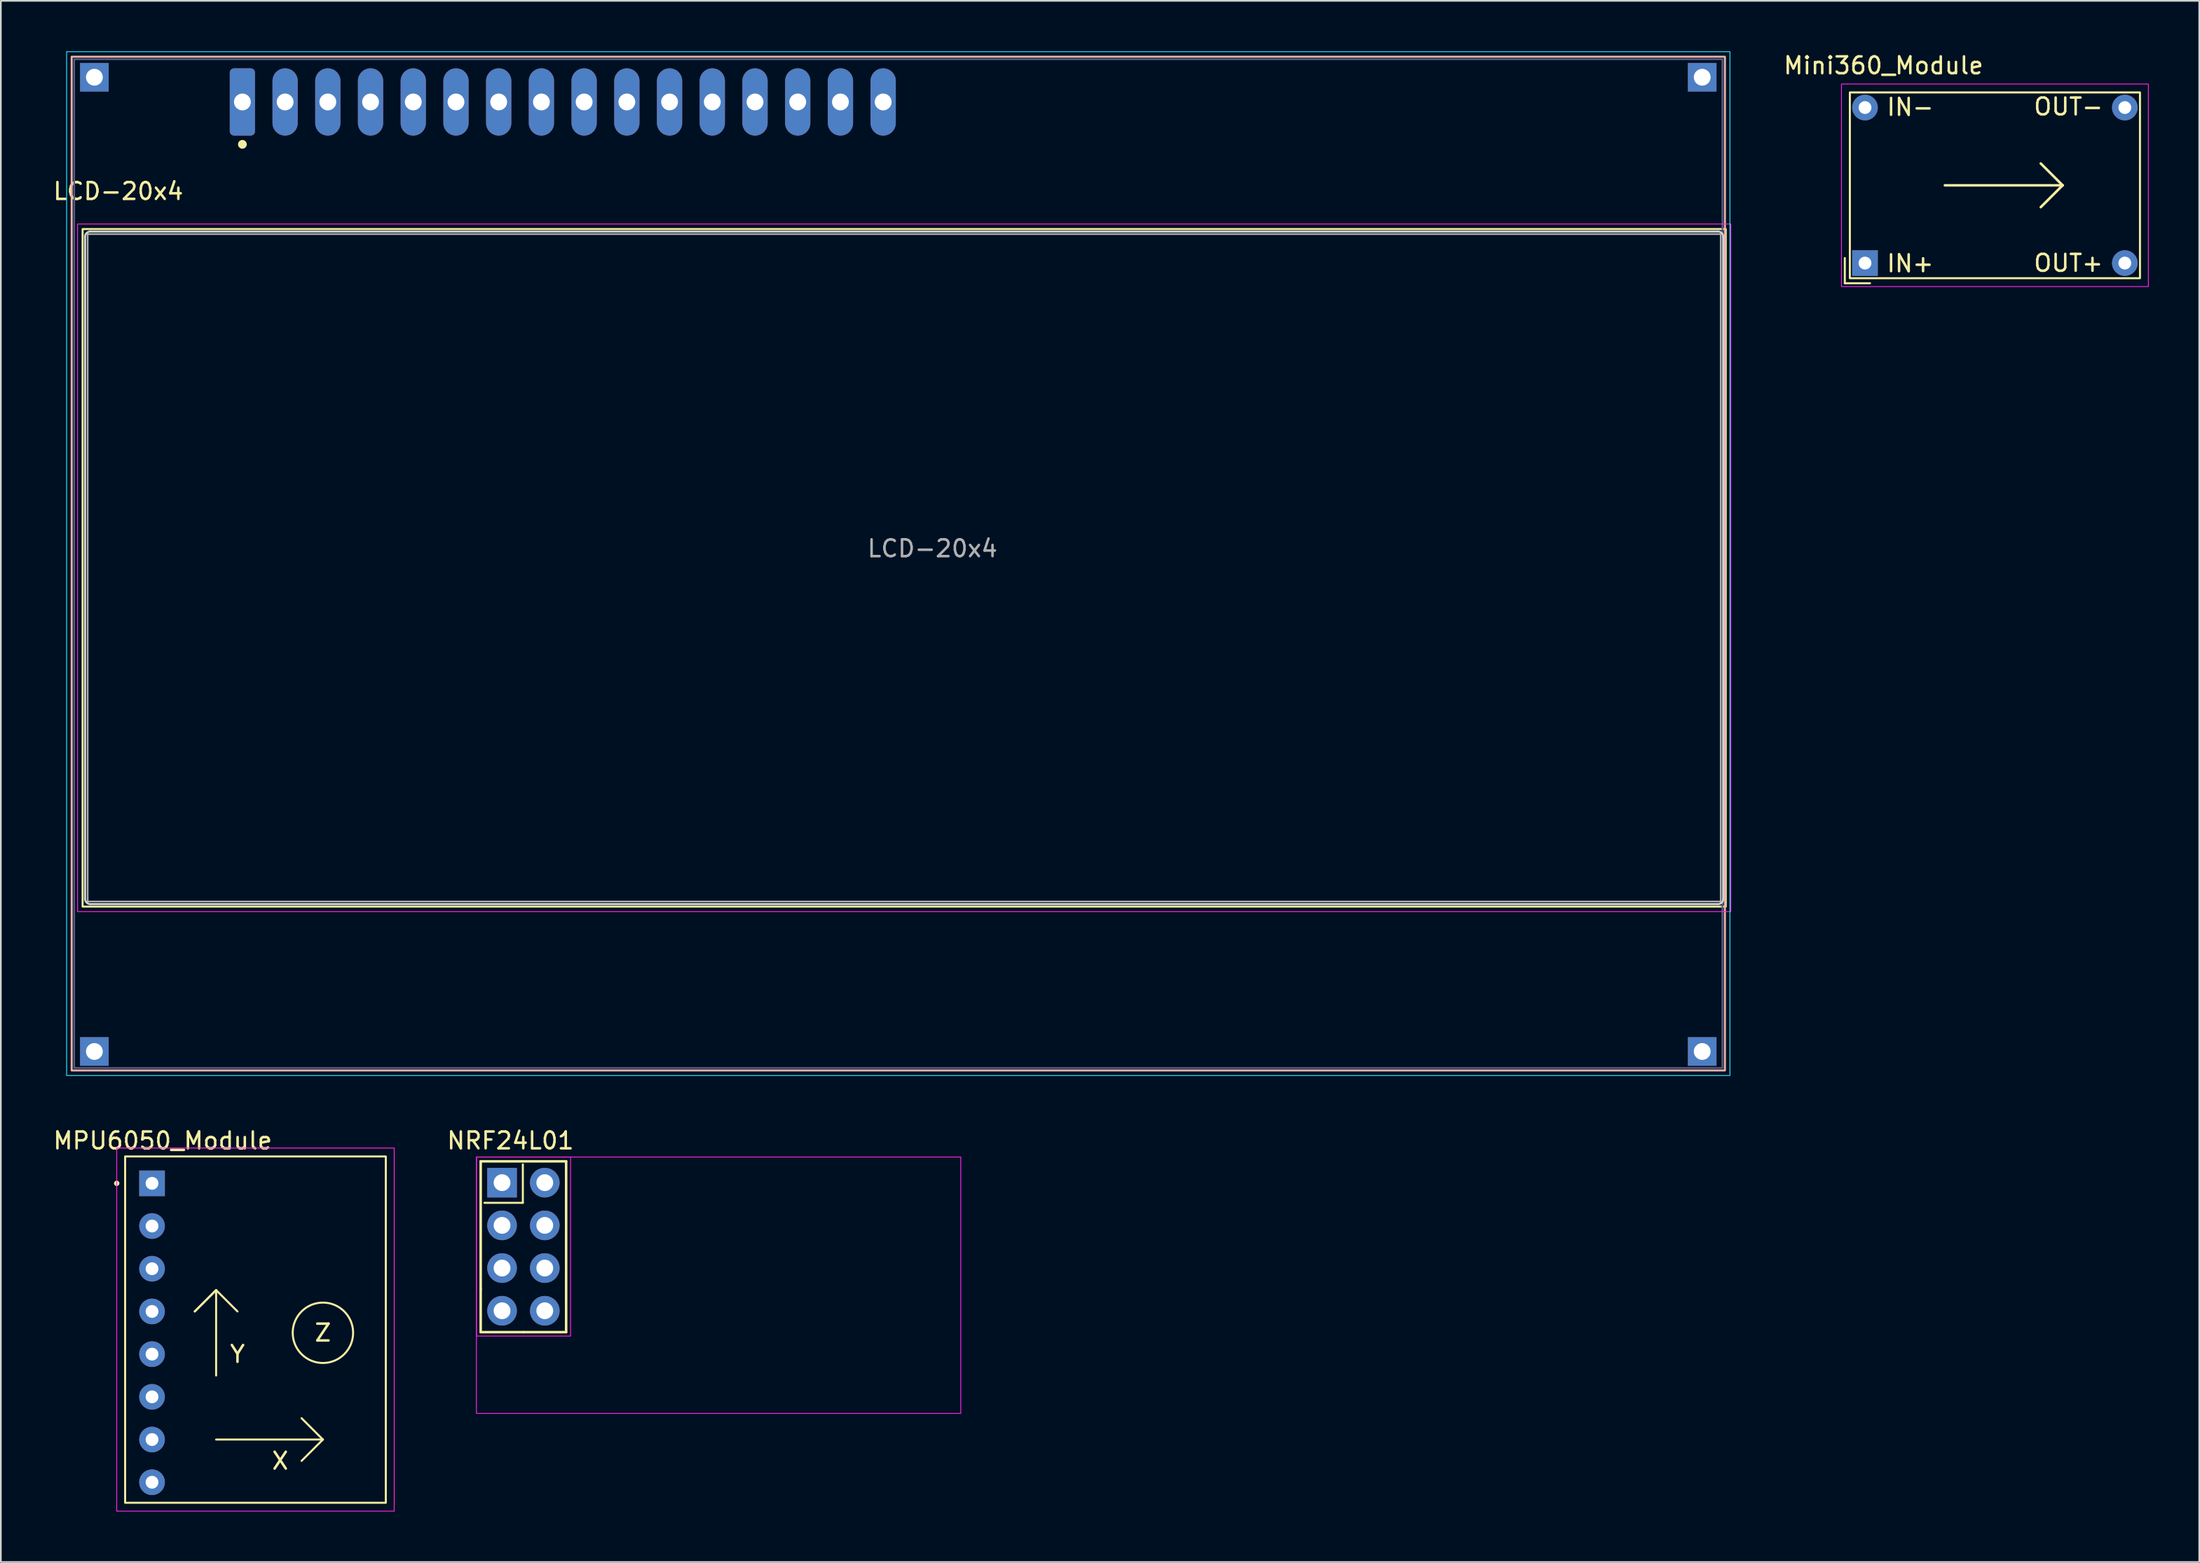
<source format=kicad_pcb>
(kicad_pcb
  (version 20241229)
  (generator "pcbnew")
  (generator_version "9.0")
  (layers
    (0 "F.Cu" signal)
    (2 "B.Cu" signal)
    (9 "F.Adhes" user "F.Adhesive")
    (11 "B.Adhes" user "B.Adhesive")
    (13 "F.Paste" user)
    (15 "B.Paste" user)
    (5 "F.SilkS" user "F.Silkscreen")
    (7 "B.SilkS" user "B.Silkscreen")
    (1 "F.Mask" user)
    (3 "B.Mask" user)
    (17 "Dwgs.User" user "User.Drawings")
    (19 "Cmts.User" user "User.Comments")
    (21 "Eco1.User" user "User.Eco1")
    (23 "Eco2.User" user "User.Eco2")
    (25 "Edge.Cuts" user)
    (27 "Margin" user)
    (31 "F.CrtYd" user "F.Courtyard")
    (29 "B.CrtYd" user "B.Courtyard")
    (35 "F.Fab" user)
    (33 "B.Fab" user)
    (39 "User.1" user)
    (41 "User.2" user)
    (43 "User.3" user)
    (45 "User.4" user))
  (footprint "NRF24L01"
    (layer "F.Cu")
    (at 26.802 67.298)
    (property "Reference" "NRF24L01" (at 0.5 -2.5 180) (layer "F.SilkS") (effects (font (size 1 1) (thickness 0.15))))
    (attr through_hole)
    (fp_line (start -1.27 -1.27) (end 3.81 -1.27) (stroke (width 0.15) (type solid)) (layer "F.SilkS"))
    (fp_line (start -1.27 6.35) (end -1.27 -1.27) (stroke (width 0.15) (type solid)) (layer "F.SilkS"))
    (fp_line (start -1.27 6.35) (end -1.27 8.89) (stroke (width 0.15) (type solid)) (layer "F.SilkS"))
    (fp_line (start -1.27 8.89) (end 1.27 8.89) (stroke (width 0.15) (type solid)) (layer "F.SilkS"))
    (fp_line (start 1.236 -1.086) (end 1.236 1.2) (stroke (width 0.12) (type solid)) (layer "F.SilkS"))
    (fp_line (start 1.236 1.2) (end -1.05 1.2) (stroke (width 0.12) (type solid)) (layer "F.SilkS"))
    (fp_line (start 3.81 -1.27) (end 3.81 8.89) (stroke (width 0.15) (type solid)) (layer "F.SilkS"))
    (fp_line (start 3.81 8.89) (end 1.27 8.89) (stroke (width 0.15) (type solid)) (layer "F.SilkS"))
    (fp_rect (start -1.525 -1.525) (end 4.075 9.125) (stroke (width 0.05) (type default)) (fill no) (layer "F.CrtYd"))
    (fp_rect (start -1.525 -1.525) (end 27.275 13.725) (stroke (width 0.05) (type default)) (fill no) (layer "F.CrtYd"))
    (pad "1" thru_hole rect (at 0 0 90) (size 1.762 1.762) (drill 1) (layers "*.Cu" "*.Mask"))
    (pad "2" thru_hole oval (at 2.54 0 90) (size 1.762 1.762) (drill 1) (layers "*.Cu" "*.Mask"))
    (pad "3" thru_hole oval (at 0 2.54 90) (size 1.762 1.762) (drill 1) (layers "*.Cu" "*.Mask"))
    (pad "4" thru_hole oval (at 2.54 2.54 90) (size 1.762 1.762) (drill 1) (layers "*.Cu" "*.Mask"))
    (pad "5" thru_hole oval (at 0 5.08 90) (size 1.762 1.762) (drill 1) (layers "*.Cu" "*.Mask"))
    (pad "6" thru_hole oval (at 2.54 5.08 90) (size 1.762 1.762) (drill 1) (layers "*.Cu" "*.Mask"))
    (pad "7" thru_hole oval (at 0 7.62 90) (size 1.762 1.762) (drill 1) (layers "*.Cu" "*.Mask"))
    (pad "8" thru_hole oval (at 2.54 7.62 90) (size 1.762 1.762) (drill 1) (layers "*.Cu" "*.Mask")))
  (footprint "LCD-20x4"
    (layer "F.Cu")
    (at 11.362 3.015)
    (property "Reference" "LCD-20x4" (at -7.38 5.31 0) (layer "F.SilkS") (effects (font (size 1 1) (thickness 0.15))))
    (attr through_hole)
    (fp_rect (start -9.5 7.56) (end 88.2 47.86) (stroke (width 0.12) (type default)) (fill no) (layer "F.SilkS"))
    (fp_circle (center 0 2.52) (end 0.2 2.52) (stroke (width 0.12) (type solid)) (fill yes) (layer "F.SilkS"))
    (fp_rect (start -10.15 -2.69) (end 88.15 57.61) (stroke (width 0.12) (type default)) (fill no) (layer "B.SilkS"))
    (fp_line (start -9.35 47.41) (end -9.35 8.01) (stroke (width 0.12) (type default)) (layer "Edge.Cuts"))
    (fp_line (start -9.05 7.71) (end 87.75 7.71) (stroke (width 0.12) (type default)) (layer "Edge.Cuts"))
    (fp_line (start 87.75 47.71) (end -9.05 47.71) (stroke (width 0.12) (type default)) (layer "Edge.Cuts"))
    (fp_line (start 88.05 8.01) (end 88.05 47.41) (stroke (width 0.12) (type default)) (layer "Edge.Cuts"))
    (fp_arc (start -9.35 8.01) (mid -9.262132 7.797868) (end -9.05 7.71) (stroke (width 0.12) (type default)) (layer "Edge.Cuts"))
    (fp_arc (start -9.05 47.71) (mid -9.262132 47.622132) (end -9.35 47.41) (stroke (width 0.12) (type default)) (layer "Edge.Cuts"))
    (fp_arc (start 87.75 7.71) (mid 87.962132 7.797868) (end 88.05 8.01) (stroke (width 0.12) (type default)) (layer "Edge.Cuts"))
    (fp_arc (start 88.05 47.41) (mid 87.962132 47.622132) (end 87.75 47.71) (stroke (width 0.12) (type default)) (layer "Edge.Cuts"))
    (fp_rect (start -10.45 -2.99) (end 88.45 57.91) (stroke (width 0.05) (type default)) (fill no) (layer "B.CrtYd"))
    (fp_rect (start -9.8 7.26) (end 88.5 48.16) (stroke (width 0.05) (type default)) (fill no) (layer "F.CrtYd"))
    (fp_rect (start -10 -2.54) (end 88 57.46) (stroke (width 0.1) (type default)) (fill no) (layer "B.Fab"))
    (fp_rect (start -9.2 7.86) (end 87.9 47.56) (stroke (width 0.1) (type default)) (fill no) (layer "F.Fab"))
    (fp_text user "${REFERENCE}" (at 41.03 26.56 0) (unlocked yes) (layer "F.Fab") (effects (font (size 1 1) (thickness 0.15))))
    (pad "1" thru_hole roundrect (at 0 0) (size 1.501 4) (drill 1.001) (layers "*.Cu" "*.Mask") (roundrect_rratio 0.167))
    (pad "2" thru_hole oval (at 2.54 0) (size 1.501 4) (drill 1.001) (layers "*.Cu" "*.Mask"))
    (pad "3" thru_hole oval (at 5.08 0) (size 1.501 4) (drill 1.001) (layers "*.Cu" "*.Mask"))
    (pad "4" thru_hole oval (at 7.62 0) (size 1.501 4) (drill 1.001) (layers "*.Cu" "*.Mask"))
    (pad "5" thru_hole oval (at 10.16 0) (size 1.501 4) (drill 1.001) (layers "*.Cu" "*.Mask"))
    (pad "6" thru_hole oval (at 12.7 0) (size 1.501 4) (drill 1.001) (layers "*.Cu" "*.Mask"))
    (pad "7" thru_hole oval (at 15.24 0) (size 1.501 4) (drill 1.001) (layers "*.Cu" "*.Mask"))
    (pad "8" thru_hole oval (at 17.78 0) (size 1.501 4) (drill 1.001) (layers "*.Cu" "*.Mask"))
    (pad "9" thru_hole oval (at 20.32 0) (size 1.501 4) (drill 1.001) (layers "*.Cu" "*.Mask"))
    (pad "10" thru_hole oval (at 22.86 0) (size 1.501 4) (drill 1.001) (layers "*.Cu" "*.Mask"))
    (pad "11" thru_hole oval (at 25.4 0) (size 1.501 4) (drill 1.001) (layers "*.Cu" "*.Mask"))
    (pad "12" thru_hole oval (at 27.94 0) (size 1.501 4) (drill 1.001) (layers "*.Cu" "*.Mask"))
    (pad "13" thru_hole oval (at 30.48 0) (size 1.501 4) (drill 1.001) (layers "*.Cu" "*.Mask"))
    (pad "14" thru_hole oval (at 33.02 0) (size 1.501 4) (drill 1.001) (layers "*.Cu" "*.Mask"))
    (pad "15" thru_hole oval (at 35.56 0) (size 1.501 4) (drill 1.001) (layers "*.Cu" "*.Mask"))
    (pad "16" thru_hole oval (at 38.1 0) (size 1.501 4) (drill 1.001) (layers "*.Cu" "*.Mask"))
    (pad "MP" thru_hole rect (at -8.8 -1.47) (size 1.7 1.7) (drill 1) (layers "*.Cu" "*.Mask"))
    (pad "MP" thru_hole rect (at -8.8 56.48) (size 1.7 1.7) (drill 1) (layers "*.Cu" "*.Mask"))
    (pad "MP" thru_hole rect (at 86.8 -1.47) (size 1.7 1.7) (drill 1) (layers "*.Cu" "*.Mask"))
    (pad "MP" thru_hole rect (at 86.8 56.48) (size 1.7 1.7) (drill 1) (layers "*.Cu" "*.Mask")))
  (footprint "Mini360_Module"
    (layer "F.Cu")
    (at 107.841 12.598)
    (property "Reference" "Mini360_Module" (at 1.1 -11.75 0) (layer "F.SilkS") (effects (font (size 1 1) (thickness 0.15))))
    (attr through_hole)
    (fp_line (start -1.2 1.2) (end -1.2 -0.3) (stroke (width 0.12) (type default)) (layer "F.SilkS"))
    (fp_line (start 0.3 1.2) (end -1.2 1.2) (stroke (width 0.12) (type default)) (layer "F.SilkS"))
    (fp_line (start 4.75 -4.625) (end 11.75 -4.625) (stroke (width 0.15) (type solid)) (layer "F.SilkS"))
    (fp_line (start 10.45 -5.925) (end 11.75 -4.625) (stroke (width 0.15) (type solid)) (layer "F.SilkS"))
    (fp_line (start 11.75 -4.625) (end 10.45 -3.325) (stroke (width 0.15) (type solid)) (layer "F.SilkS"))
    (fp_rect (start -0.9 -10.15) (end 16.35 0.9) (stroke (width 0.12) (type default)) (fill no) (layer "F.SilkS"))
    (fp_rect (start -1.4 -10.65) (end 16.85 1.4) (stroke (width 0.05) (type default)) (fill no) (layer "F.CrtYd"))
    (fp_text user "IN-" (at 2.692 -9.276 180) (layer "F.SilkS") (effects (font (size 1 1) (thickness 0.15))))
    (fp_text user "IN+" (at 2.692 0.024 180) (layer "F.SilkS") (effects (font (size 1 1) (thickness 0.15))))
    (fp_text user "OUT-" (at 12.097 -9.302 180) (layer "F.SilkS") (effects (font (size 1 1) (thickness 0.15))))
    (fp_text user "OUT+" (at 12.097 -0.001 180) (layer "F.SilkS") (effects (font (size 1 1) (thickness 0.15))))
    (pad "1" thru_hole rect (at 0 0) (size 1.524 1.524) (drill 0.762) (layers "*.Cu" "*.Mask"))
    (pad "2" thru_hole oval (at 0 -9.25) (size 1.524 1.524) (drill 0.762) (layers "*.Cu" "*.Mask"))
    (pad "3" thru_hole oval (at 15.45 0) (size 1.524 1.524) (drill 0.762) (layers "*.Cu" "*.Mask"))
    (pad "4" thru_hole oval (at 15.45 -9.25) (size 1.524 1.524) (drill 0.762) (layers "*.Cu" "*.Mask")))
  (footprint "MPU6050_Module"
    (layer "F.Cu")
    (at 5.99 67.338)
    (property "Reference" "MPU6050_Module" (at 0.635 -2.54 0) (layer "F.SilkS") (effects (font (size 1 1) (thickness 0.15))))
    (attr through_hole)
    (fp_line (start 2.54 7.62) (end 3.81 6.35) (stroke (width 0.12) (type solid)) (layer "F.SilkS"))
    (fp_line (start 3.81 6.35) (end 2.54 7.62) (stroke (width 0.12) (type solid)) (layer "F.SilkS"))
    (fp_line (start 3.81 6.35) (end 5.08 7.62) (stroke (width 0.12) (type solid)) (layer "F.SilkS"))
    (fp_line (start 3.81 11.43) (end 3.81 6.35) (stroke (width 0.12) (type solid)) (layer "F.SilkS"))
    (fp_line (start 3.81 15.24) (end 10.16 15.24) (stroke (width 0.12) (type solid)) (layer "F.SilkS"))
    (fp_line (start 10.16 15.24) (end 8.89 13.97) (stroke (width 0.12) (type solid)) (layer "F.SilkS"))
    (fp_line (start 10.16 15.24) (end 8.89 16.51) (stroke (width 0.12) (type solid)) (layer "F.SilkS"))
    (fp_rect (start -1.6 -1.6) (end 13.9 19) (stroke (width 0.12) (type default)) (fill no) (layer "F.SilkS"))
    (fp_circle (center -2.1 0) (end -2 0) (stroke (width 0.12) (type solid)) (fill yes) (layer "F.SilkS"))
    (fp_circle (center 10.16 8.89) (end 8.89 7.62) (stroke (width 0.12) (type solid)) (fill no) (layer "F.SilkS"))
    (fp_rect (start -2.1 -2.1) (end 14.4 19.5) (stroke (width 0.05) (type default)) (fill no) (layer "F.CrtYd"))
    (fp_text user "Y" (at 5.08 10.16 0) (layer "F.SilkS") (effects (font (size 1 1) (thickness 0.15))))
    (fp_text user "X" (at 7.62 16.51 0) (layer "F.SilkS") (effects (font (size 1 1) (thickness 0.15))))
    (fp_text user "Z" (at 10.16 8.89 0) (layer "F.SilkS") (effects (font (size 1 1) (thickness 0.15))))
    (pad "1" thru_hole rect (at 0 0) (size 1.524 1.524) (drill 0.762) (layers "*.Cu" "*.Mask"))
    (pad "2" thru_hole circle (at 0 2.54) (size 1.524 1.524) (drill 0.762) (layers "*.Cu" "*.Mask"))
    (pad "3" thru_hole circle (at 0 5.08) (size 1.524 1.524) (drill 0.762) (layers "*.Cu" "*.Mask"))
    (pad "4" thru_hole circle (at 0 7.62) (size 1.524 1.524) (drill 0.762) (layers "*.Cu" "*.Mask"))
    (pad "5" thru_hole circle (at 0 10.16) (size 1.524 1.524) (drill 0.762) (layers "*.Cu" "*.Mask"))
    (pad "6" thru_hole circle (at 0 12.7) (size 1.524 1.524) (drill 0.762) (layers "*.Cu" "*.Mask"))
    (pad "7" thru_hole circle (at 0 15.24) (size 1.524 1.524) (drill 0.762) (layers "*.Cu" "*.Mask"))
    (pad "8" thru_hole circle (at 0 17.78) (size 1.524 1.524) (drill 0.762) (layers "*.Cu" "*.Mask")))
  (gr_rect
    (start -3 -3)
    (end 127.716 89.863)
    (stroke (width 0.1) (type default))
    (fill no)
    (layer "Edge.Cuts")))
</source>
